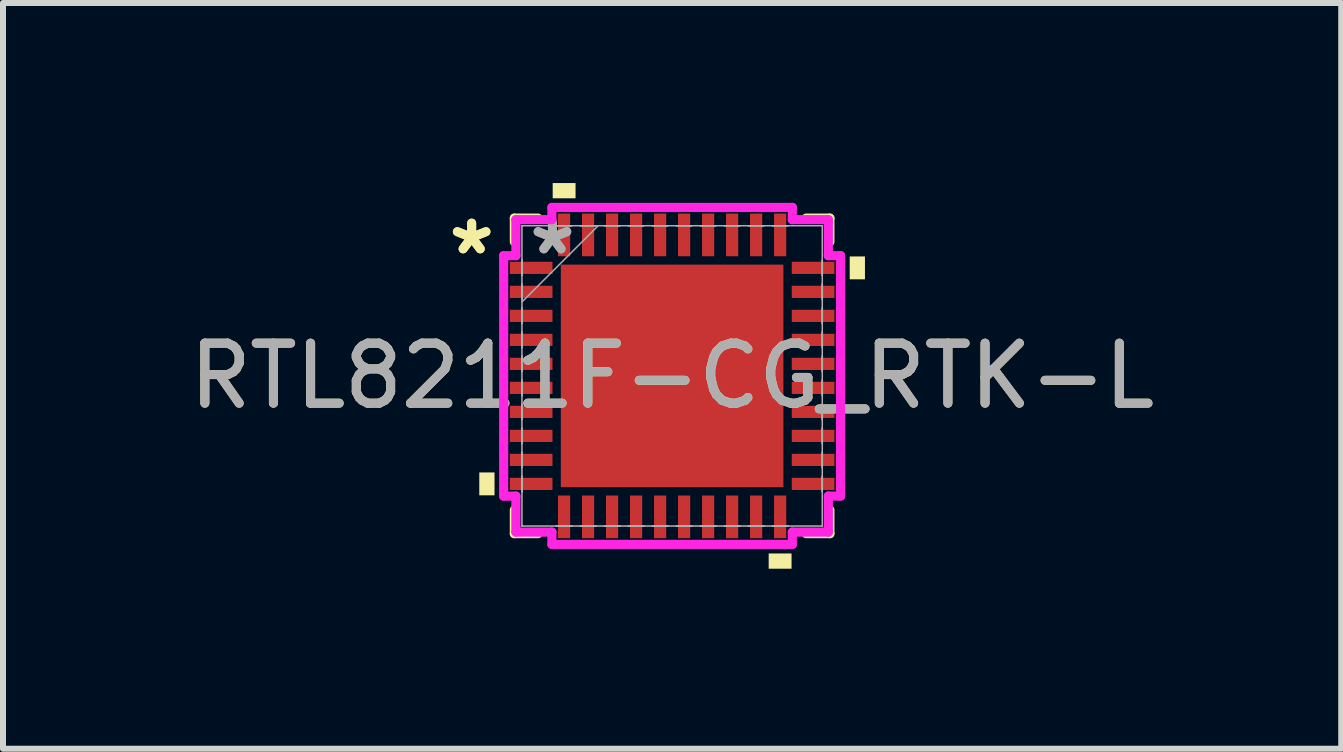
<source format=kicad_pcb>
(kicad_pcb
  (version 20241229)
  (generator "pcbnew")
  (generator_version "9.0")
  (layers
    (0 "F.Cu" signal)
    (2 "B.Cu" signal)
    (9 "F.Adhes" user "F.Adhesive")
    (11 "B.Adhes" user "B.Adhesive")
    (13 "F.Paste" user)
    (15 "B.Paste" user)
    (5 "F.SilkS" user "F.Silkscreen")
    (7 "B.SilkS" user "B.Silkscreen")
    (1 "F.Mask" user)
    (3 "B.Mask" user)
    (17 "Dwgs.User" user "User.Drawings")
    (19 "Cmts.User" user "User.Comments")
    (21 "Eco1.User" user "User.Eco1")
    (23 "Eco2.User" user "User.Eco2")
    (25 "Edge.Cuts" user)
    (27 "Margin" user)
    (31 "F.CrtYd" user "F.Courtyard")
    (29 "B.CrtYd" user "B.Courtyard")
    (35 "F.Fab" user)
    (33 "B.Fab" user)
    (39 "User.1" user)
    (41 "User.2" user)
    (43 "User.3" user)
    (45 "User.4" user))
  (footprint "RTL8211F-CG_RTK-L"
    (layer "F.Cu")
    (at 8.149 3.213)
    (property "Reference" "RTL8211F-CG_RTK-L" (at 0 0 0) (unlocked yes) (layer "F.SilkS") (effects (font (size 1 1) (thickness 0.15))))
    (attr smd)
    (fp_line (start -2.629 -2.629) (end -2.629 -2.234) (stroke (width 0.152) (type solid)) (layer "F.SilkS"))
    (fp_line (start -2.629 2.234) (end -2.629 2.629) (stroke (width 0.152) (type solid)) (layer "F.SilkS"))
    (fp_line (start -2.629 2.629) (end -2.234 2.629) (stroke (width 0.152) (type solid)) (layer "F.SilkS"))
    (fp_line (start -2.234 -2.629) (end -2.629 -2.629) (stroke (width 0.152) (type solid)) (layer "F.SilkS"))
    (fp_line (start 2.234 2.629) (end 2.629 2.629) (stroke (width 0.152) (type solid)) (layer "F.SilkS"))
    (fp_line (start 2.629 -2.629) (end 2.234 -2.629) (stroke (width 0.152) (type solid)) (layer "F.SilkS"))
    (fp_line (start 2.629 -2.234) (end 2.629 -2.629) (stroke (width 0.152) (type solid)) (layer "F.SilkS"))
    (fp_line (start 2.629 2.629) (end 2.629 2.234) (stroke (width 0.152) (type solid)) (layer "F.SilkS"))
    (fp_poly (pts (xy -3.213 1.609) (xy -3.213 1.99) (xy -2.959 1.99) (xy -2.959 1.609)) (stroke (width 0) (type solid)) (fill yes) (layer "F.SilkS"))
    (fp_poly (pts (xy -1.99 -2.959) (xy -1.99 -3.213) (xy -1.609 -3.213) (xy -1.609 -2.959)) (stroke (width 0) (type solid)) (fill yes) (layer "F.SilkS"))
    (fp_poly (pts (xy 1.609 2.959) (xy 1.609 3.213) (xy 1.99 3.213) (xy 1.99 2.959)) (stroke (width 0) (type solid)) (fill yes) (layer "F.SilkS"))
    (fp_poly (pts (xy 3.213 -1.99) (xy 3.213 -1.609) (xy 2.959 -1.609) (xy 2.959 -1.99)) (stroke (width 0) (type solid)) (fill yes) (layer "F.SilkS"))
    (fp_poly (pts (xy -1.754 -1.754) (xy -1.754 -0.1) (xy -0.1 -0.1) (xy -0.1 -1.754)) (stroke (width 0) (type solid)) (fill yes) (layer "F.Paste"))
    (fp_poly (pts (xy -1.754 0.1) (xy -1.754 1.754) (xy -0.1 1.754) (xy -0.1 0.1)) (stroke (width 0) (type solid)) (fill yes) (layer "F.Paste"))
    (fp_poly (pts (xy 0.1 -1.754) (xy 0.1 -0.1) (xy 1.754 -0.1) (xy 1.754 -1.754)) (stroke (width 0) (type solid)) (fill yes) (layer "F.Paste"))
    (fp_poly (pts (xy 0.1 0.1) (xy 0.1 1.754) (xy 1.754 1.754) (xy 1.754 0.1)) (stroke (width 0) (type solid)) (fill yes) (layer "F.Paste"))
    (fp_line (start -2.807 -2.003) (end -2.603 -2.003) (stroke (width 0.152) (type solid)) (layer "F.CrtYd"))
    (fp_line (start -2.807 2.003) (end -2.807 -2.003) (stroke (width 0.152) (type solid)) (layer "F.CrtYd"))
    (fp_line (start -2.603 -2.603) (end -2.003 -2.603) (stroke (width 0.152) (type solid)) (layer "F.CrtYd"))
    (fp_line (start -2.603 -2.003) (end -2.603 -2.603) (stroke (width 0.152) (type solid)) (layer "F.CrtYd"))
    (fp_line (start -2.603 2.003) (end -2.807 2.003) (stroke (width 0.152) (type solid)) (layer "F.CrtYd"))
    (fp_line (start -2.603 2.603) (end -2.603 2.003) (stroke (width 0.152) (type solid)) (layer "F.CrtYd"))
    (fp_line (start -2.003 -2.807) (end 2.003 -2.807) (stroke (width 0.152) (type solid)) (layer "F.CrtYd"))
    (fp_line (start -2.003 -2.603) (end -2.003 -2.807) (stroke (width 0.152) (type solid)) (layer "F.CrtYd"))
    (fp_line (start -2.003 2.603) (end -2.603 2.603) (stroke (width 0.152) (type solid)) (layer "F.CrtYd"))
    (fp_line (start -2.003 2.807) (end -2.003 2.603) (stroke (width 0.152) (type solid)) (layer "F.CrtYd"))
    (fp_line (start 2.003 -2.807) (end 2.003 -2.603) (stroke (width 0.152) (type solid)) (layer "F.CrtYd"))
    (fp_line (start 2.003 -2.603) (end 2.603 -2.603) (stroke (width 0.152) (type solid)) (layer "F.CrtYd"))
    (fp_line (start 2.003 2.603) (end 2.003 2.807) (stroke (width 0.152) (type solid)) (layer "F.CrtYd"))
    (fp_line (start 2.003 2.807) (end -2.003 2.807) (stroke (width 0.152) (type solid)) (layer "F.CrtYd"))
    (fp_line (start 2.603 -2.603) (end 2.603 -2.003) (stroke (width 0.152) (type solid)) (layer "F.CrtYd"))
    (fp_line (start 2.603 -2.003) (end 2.807 -2.003) (stroke (width 0.152) (type solid)) (layer "F.CrtYd"))
    (fp_line (start 2.603 2.003) (end 2.603 2.603) (stroke (width 0.152) (type solid)) (layer "F.CrtYd"))
    (fp_line (start 2.603 2.603) (end 2.003 2.603) (stroke (width 0.152) (type solid)) (layer "F.CrtYd"))
    (fp_line (start 2.807 -2.003) (end 2.807 2.003) (stroke (width 0.152) (type solid)) (layer "F.CrtYd"))
    (fp_line (start 2.807 2.003) (end 2.603 2.003) (stroke (width 0.152) (type solid)) (layer "F.CrtYd"))
    (fp_line (start -2.502 -2.502) (end -2.502 -2.502) (stroke (width 0.025) (type solid)) (layer "F.Fab"))
    (fp_line (start -2.502 -2.502) (end -2.502 2.502) (stroke (width 0.025) (type solid)) (layer "F.Fab"))
    (fp_line (start -2.502 -1.927) (end -2.502 -1.927) (stroke (width 0.025) (type solid)) (layer "F.Fab"))
    (fp_line (start -2.502 -1.927) (end -2.502 -1.673) (stroke (width 0.025) (type solid)) (layer "F.Fab"))
    (fp_line (start -2.502 -1.673) (end -2.502 -1.927) (stroke (width 0.025) (type solid)) (layer "F.Fab"))
    (fp_line (start -2.502 -1.673) (end -2.502 -1.673) (stroke (width 0.025) (type solid)) (layer "F.Fab"))
    (fp_line (start -2.502 -1.527) (end -2.502 -1.527) (stroke (width 0.025) (type solid)) (layer "F.Fab"))
    (fp_line (start -2.502 -1.527) (end -2.502 -1.273) (stroke (width 0.025) (type solid)) (layer "F.Fab"))
    (fp_line (start -2.502 -1.273) (end -2.502 -1.527) (stroke (width 0.025) (type solid)) (layer "F.Fab"))
    (fp_line (start -2.502 -1.273) (end -2.502 -1.273) (stroke (width 0.025) (type solid)) (layer "F.Fab"))
    (fp_line (start -2.502 -1.232) (end -1.232 -2.502) (stroke (width 0.025) (type solid)) (layer "F.Fab"))
    (fp_line (start -2.502 -1.127) (end -2.502 -1.127) (stroke (width 0.025) (type solid)) (layer "F.Fab"))
    (fp_line (start -2.502 -1.127) (end -2.502 -0.873) (stroke (width 0.025) (type solid)) (layer "F.Fab"))
    (fp_line (start -2.502 -0.873) (end -2.502 -1.127) (stroke (width 0.025) (type solid)) (layer "F.Fab"))
    (fp_line (start -2.502 -0.873) (end -2.502 -0.873) (stroke (width 0.025) (type solid)) (layer "F.Fab"))
    (fp_line (start -2.502 -0.727) (end -2.502 -0.727) (stroke (width 0.025) (type solid)) (layer "F.Fab"))
    (fp_line (start -2.502 -0.727) (end -2.502 -0.473) (stroke (width 0.025) (type solid)) (layer "F.Fab"))
    (fp_line (start -2.502 -0.473) (end -2.502 -0.727) (stroke (width 0.025) (type solid)) (layer "F.Fab"))
    (fp_line (start -2.502 -0.473) (end -2.502 -0.473) (stroke (width 0.025) (type solid)) (layer "F.Fab"))
    (fp_line (start -2.502 -0.327) (end -2.502 -0.327) (stroke (width 0.025) (type solid)) (layer "F.Fab"))
    (fp_line (start -2.502 -0.327) (end -2.502 -0.073) (stroke (width 0.025) (type solid)) (layer "F.Fab"))
    (fp_line (start -2.502 -0.073) (end -2.502 -0.327) (stroke (width 0.025) (type solid)) (layer "F.Fab"))
    (fp_line (start -2.502 -0.073) (end -2.502 -0.073) (stroke (width 0.025) (type solid)) (layer "F.Fab"))
    (fp_line (start -2.502 0.073) (end -2.502 0.073) (stroke (width 0.025) (type solid)) (layer "F.Fab"))
    (fp_line (start -2.502 0.073) (end -2.502 0.327) (stroke (width 0.025) (type solid)) (layer "F.Fab"))
    (fp_line (start -2.502 0.327) (end -2.502 0.073) (stroke (width 0.025) (type solid)) (layer "F.Fab"))
    (fp_line (start -2.502 0.327) (end -2.502 0.327) (stroke (width 0.025) (type solid)) (layer "F.Fab"))
    (fp_line (start -2.502 0.473) (end -2.502 0.473) (stroke (width 0.025) (type solid)) (layer "F.Fab"))
    (fp_line (start -2.502 0.473) (end -2.502 0.727) (stroke (width 0.025) (type solid)) (layer "F.Fab"))
    (fp_line (start -2.502 0.727) (end -2.502 0.473) (stroke (width 0.025) (type solid)) (layer "F.Fab"))
    (fp_line (start -2.502 0.727) (end -2.502 0.727) (stroke (width 0.025) (type solid)) (layer "F.Fab"))
    (fp_line (start -2.502 0.873) (end -2.502 0.873) (stroke (width 0.025) (type solid)) (layer "F.Fab"))
    (fp_line (start -2.502 0.873) (end -2.502 1.127) (stroke (width 0.025) (type solid)) (layer "F.Fab"))
    (fp_line (start -2.502 1.127) (end -2.502 0.873) (stroke (width 0.025) (type solid)) (layer "F.Fab"))
    (fp_line (start -2.502 1.127) (end -2.502 1.127) (stroke (width 0.025) (type solid)) (layer "F.Fab"))
    (fp_line (start -2.502 1.273) (end -2.502 1.273) (stroke (width 0.025) (type solid)) (layer "F.Fab"))
    (fp_line (start -2.502 1.273) (end -2.502 1.527) (stroke (width 0.025) (type solid)) (layer "F.Fab"))
    (fp_line (start -2.502 1.527) (end -2.502 1.273) (stroke (width 0.025) (type solid)) (layer "F.Fab"))
    (fp_line (start -2.502 1.527) (end -2.502 1.527) (stroke (width 0.025) (type solid)) (layer "F.Fab"))
    (fp_line (start -2.502 1.673) (end -2.502 1.673) (stroke (width 0.025) (type solid)) (layer "F.Fab"))
    (fp_line (start -2.502 1.673) (end -2.502 1.927) (stroke (width 0.025) (type solid)) (layer "F.Fab"))
    (fp_line (start -2.502 1.927) (end -2.502 1.673) (stroke (width 0.025) (type solid)) (layer "F.Fab"))
    (fp_line (start -2.502 1.927) (end -2.502 1.927) (stroke (width 0.025) (type solid)) (layer "F.Fab"))
    (fp_line (start -2.502 2.502) (end -2.502 2.502) (stroke (width 0.025) (type solid)) (layer "F.Fab"))
    (fp_line (start -2.502 2.502) (end 2.502 2.502) (stroke (width 0.025) (type solid)) (layer "F.Fab"))
    (fp_line (start -1.927 -2.502) (end -1.927 -2.502) (stroke (width 0.025) (type solid)) (layer "F.Fab"))
    (fp_line (start -1.927 -2.502) (end -1.673 -2.502) (stroke (width 0.025) (type solid)) (layer "F.Fab"))
    (fp_line (start -1.927 2.502) (end -1.927 2.502) (stroke (width 0.025) (type solid)) (layer "F.Fab"))
    (fp_line (start -1.927 2.502) (end -1.673 2.502) (stroke (width 0.025) (type solid)) (layer "F.Fab"))
    (fp_line (start -1.673 -2.502) (end -1.927 -2.502) (stroke (width 0.025) (type solid)) (layer "F.Fab"))
    (fp_line (start -1.673 -2.502) (end -1.673 -2.502) (stroke (width 0.025) (type solid)) (layer "F.Fab"))
    (fp_line (start -1.673 2.502) (end -1.927 2.502) (stroke (width 0.025) (type solid)) (layer "F.Fab"))
    (fp_line (start -1.673 2.502) (end -1.673 2.502) (stroke (width 0.025) (type solid)) (layer "F.Fab"))
    (fp_line (start -1.527 -2.502) (end -1.527 -2.502) (stroke (width 0.025) (type solid)) (layer "F.Fab"))
    (fp_line (start -1.527 -2.502) (end -1.273 -2.502) (stroke (width 0.025) (type solid)) (layer "F.Fab"))
    (fp_line (start -1.527 2.502) (end -1.527 2.502) (stroke (width 0.025) (type solid)) (layer "F.Fab"))
    (fp_line (start -1.527 2.502) (end -1.273 2.502) (stroke (width 0.025) (type solid)) (layer "F.Fab"))
    (fp_line (start -1.273 -2.502) (end -1.527 -2.502) (stroke (width 0.025) (type solid)) (layer "F.Fab"))
    (fp_line (start -1.273 -2.502) (end -1.273 -2.502) (stroke (width 0.025) (type solid)) (layer "F.Fab"))
    (fp_line (start -1.273 2.502) (end -1.527 2.502) (stroke (width 0.025) (type solid)) (layer "F.Fab"))
    (fp_line (start -1.273 2.502) (end -1.273 2.502) (stroke (width 0.025) (type solid)) (layer "F.Fab"))
    (fp_line (start -1.127 -2.502) (end -1.127 -2.502) (stroke (width 0.025) (type solid)) (layer "F.Fab"))
    (fp_line (start -1.127 -2.502) (end -0.873 -2.502) (stroke (width 0.025) (type solid)) (layer "F.Fab"))
    (fp_line (start -1.127 2.502) (end -1.127 2.502) (stroke (width 0.025) (type solid)) (layer "F.Fab"))
    (fp_line (start -1.127 2.502) (end -0.873 2.502) (stroke (width 0.025) (type solid)) (layer "F.Fab"))
    (fp_line (start -0.873 -2.502) (end -1.127 -2.502) (stroke (width 0.025) (type solid)) (layer "F.Fab"))
    (fp_line (start -0.873 -2.502) (end -0.873 -2.502) (stroke (width 0.025) (type solid)) (layer "F.Fab"))
    (fp_line (start -0.873 2.502) (end -1.127 2.502) (stroke (width 0.025) (type solid)) (layer "F.Fab"))
    (fp_line (start -0.873 2.502) (end -0.873 2.502) (stroke (width 0.025) (type solid)) (layer "F.Fab"))
    (fp_line (start -0.727 -2.502) (end -0.727 -2.502) (stroke (width 0.025) (type solid)) (layer "F.Fab"))
    (fp_line (start -0.727 -2.502) (end -0.473 -2.502) (stroke (width 0.025) (type solid)) (layer "F.Fab"))
    (fp_line (start -0.727 2.502) (end -0.727 2.502) (stroke (width 0.025) (type solid)) (layer "F.Fab"))
    (fp_line (start -0.727 2.502) (end -0.473 2.502) (stroke (width 0.025) (type solid)) (layer "F.Fab"))
    (fp_line (start -0.473 -2.502) (end -0.727 -2.502) (stroke (width 0.025) (type solid)) (layer "F.Fab"))
    (fp_line (start -0.473 -2.502) (end -0.473 -2.502) (stroke (width 0.025) (type solid)) (layer "F.Fab"))
    (fp_line (start -0.473 2.502) (end -0.727 2.502) (stroke (width 0.025) (type solid)) (layer "F.Fab"))
    (fp_line (start -0.473 2.502) (end -0.473 2.502) (stroke (width 0.025) (type solid)) (layer "F.Fab"))
    (fp_line (start -0.327 -2.502) (end -0.327 -2.502) (stroke (width 0.025) (type solid)) (layer "F.Fab"))
    (fp_line (start -0.327 -2.502) (end -0.073 -2.502) (stroke (width 0.025) (type solid)) (layer "F.Fab"))
    (fp_line (start -0.327 2.502) (end -0.327 2.502) (stroke (width 0.025) (type solid)) (layer "F.Fab"))
    (fp_line (start -0.327 2.502) (end -0.073 2.502) (stroke (width 0.025) (type solid)) (layer "F.Fab"))
    (fp_line (start -0.073 -2.502) (end -0.327 -2.502) (stroke (width 0.025) (type solid)) (layer "F.Fab"))
    (fp_line (start -0.073 -2.502) (end -0.073 -2.502) (stroke (width 0.025) (type solid)) (layer "F.Fab"))
    (fp_line (start -0.073 2.502) (end -0.327 2.502) (stroke (width 0.025) (type solid)) (layer "F.Fab"))
    (fp_line (start -0.073 2.502) (end -0.073 2.502) (stroke (width 0.025) (type solid)) (layer "F.Fab"))
    (fp_line (start 0.073 -2.502) (end 0.073 -2.502) (stroke (width 0.025) (type solid)) (layer "F.Fab"))
    (fp_line (start 0.073 -2.502) (end 0.327 -2.502) (stroke (width 0.025) (type solid)) (layer "F.Fab"))
    (fp_line (start 0.073 2.502) (end 0.073 2.502) (stroke (width 0.025) (type solid)) (layer "F.Fab"))
    (fp_line (start 0.073 2.502) (end 0.327 2.502) (stroke (width 0.025) (type solid)) (layer "F.Fab"))
    (fp_line (start 0.327 -2.502) (end 0.073 -2.502) (stroke (width 0.025) (type solid)) (layer "F.Fab"))
    (fp_line (start 0.327 -2.502) (end 0.327 -2.502) (stroke (width 0.025) (type solid)) (layer "F.Fab"))
    (fp_line (start 0.327 2.502) (end 0.073 2.502) (stroke (width 0.025) (type solid)) (layer "F.Fab"))
    (fp_line (start 0.327 2.502) (end 0.327 2.502) (stroke (width 0.025) (type solid)) (layer "F.Fab"))
    (fp_line (start 0.473 -2.502) (end 0.473 -2.502) (stroke (width 0.025) (type solid)) (layer "F.Fab"))
    (fp_line (start 0.473 -2.502) (end 0.727 -2.502) (stroke (width 0.025) (type solid)) (layer "F.Fab"))
    (fp_line (start 0.473 2.502) (end 0.473 2.502) (stroke (width 0.025) (type solid)) (layer "F.Fab"))
    (fp_line (start 0.473 2.502) (end 0.727 2.502) (stroke (width 0.025) (type solid)) (layer "F.Fab"))
    (fp_line (start 0.727 -2.502) (end 0.473 -2.502) (stroke (width 0.025) (type solid)) (layer "F.Fab"))
    (fp_line (start 0.727 -2.502) (end 0.727 -2.502) (stroke (width 0.025) (type solid)) (layer "F.Fab"))
    (fp_line (start 0.727 2.502) (end 0.473 2.502) (stroke (width 0.025) (type solid)) (layer "F.Fab"))
    (fp_line (start 0.727 2.502) (end 0.727 2.502) (stroke (width 0.025) (type solid)) (layer "F.Fab"))
    (fp_line (start 0.873 -2.502) (end 0.873 -2.502) (stroke (width 0.025) (type solid)) (layer "F.Fab"))
    (fp_line (start 0.873 -2.502) (end 1.127 -2.502) (stroke (width 0.025) (type solid)) (layer "F.Fab"))
    (fp_line (start 0.873 2.502) (end 0.873 2.502) (stroke (width 0.025) (type solid)) (layer "F.Fab"))
    (fp_line (start 0.873 2.502) (end 1.127 2.502) (stroke (width 0.025) (type solid)) (layer "F.Fab"))
    (fp_line (start 1.127 -2.502) (end 0.873 -2.502) (stroke (width 0.025) (type solid)) (layer "F.Fab"))
    (fp_line (start 1.127 -2.502) (end 1.127 -2.502) (stroke (width 0.025) (type solid)) (layer "F.Fab"))
    (fp_line (start 1.127 2.502) (end 0.873 2.502) (stroke (width 0.025) (type solid)) (layer "F.Fab"))
    (fp_line (start 1.127 2.502) (end 1.127 2.502) (stroke (width 0.025) (type solid)) (layer "F.Fab"))
    (fp_line (start 1.273 -2.502) (end 1.273 -2.502) (stroke (width 0.025) (type solid)) (layer "F.Fab"))
    (fp_line (start 1.273 -2.502) (end 1.527 -2.502) (stroke (width 0.025) (type solid)) (layer "F.Fab"))
    (fp_line (start 1.273 2.502) (end 1.273 2.502) (stroke (width 0.025) (type solid)) (layer "F.Fab"))
    (fp_line (start 1.273 2.502) (end 1.527 2.502) (stroke (width 0.025) (type solid)) (layer "F.Fab"))
    (fp_line (start 1.527 -2.502) (end 1.273 -2.502) (stroke (width 0.025) (type solid)) (layer "F.Fab"))
    (fp_line (start 1.527 -2.502) (end 1.527 -2.502) (stroke (width 0.025) (type solid)) (layer "F.Fab"))
    (fp_line (start 1.527 2.502) (end 1.273 2.502) (stroke (width 0.025) (type solid)) (layer "F.Fab"))
    (fp_line (start 1.527 2.502) (end 1.527 2.502) (stroke (width 0.025) (type solid)) (layer "F.Fab"))
    (fp_line (start 1.673 -2.502) (end 1.673 -2.502) (stroke (width 0.025) (type solid)) (layer "F.Fab"))
    (fp_line (start 1.673 -2.502) (end 1.927 -2.502) (stroke (width 0.025) (type solid)) (layer "F.Fab"))
    (fp_line (start 1.673 2.502) (end 1.673 2.502) (stroke (width 0.025) (type solid)) (layer "F.Fab"))
    (fp_line (start 1.673 2.502) (end 1.927 2.502) (stroke (width 0.025) (type solid)) (layer "F.Fab"))
    (fp_line (start 1.927 -2.502) (end 1.673 -2.502) (stroke (width 0.025) (type solid)) (layer "F.Fab"))
    (fp_line (start 1.927 -2.502) (end 1.927 -2.502) (stroke (width 0.025) (type solid)) (layer "F.Fab"))
    (fp_line (start 1.927 2.502) (end 1.673 2.502) (stroke (width 0.025) (type solid)) (layer "F.Fab"))
    (fp_line (start 1.927 2.502) (end 1.927 2.502) (stroke (width 0.025) (type solid)) (layer "F.Fab"))
    (fp_line (start 2.502 -2.502) (end -2.502 -2.502) (stroke (width 0.025) (type solid)) (layer "F.Fab"))
    (fp_line (start 2.502 -2.502) (end 2.502 -2.502) (stroke (width 0.025) (type solid)) (layer "F.Fab"))
    (fp_line (start 2.502 -1.927) (end 2.502 -1.927) (stroke (width 0.025) (type solid)) (layer "F.Fab"))
    (fp_line (start 2.502 -1.927) (end 2.502 -1.673) (stroke (width 0.025) (type solid)) (layer "F.Fab"))
    (fp_line (start 2.502 -1.673) (end 2.502 -1.927) (stroke (width 0.025) (type solid)) (layer "F.Fab"))
    (fp_line (start 2.502 -1.673) (end 2.502 -1.673) (stroke (width 0.025) (type solid)) (layer "F.Fab"))
    (fp_line (start 2.502 -1.527) (end 2.502 -1.527) (stroke (width 0.025) (type solid)) (layer "F.Fab"))
    (fp_line (start 2.502 -1.527) (end 2.502 -1.273) (stroke (width 0.025) (type solid)) (layer "F.Fab"))
    (fp_line (start 2.502 -1.273) (end 2.502 -1.527) (stroke (width 0.025) (type solid)) (layer "F.Fab"))
    (fp_line (start 2.502 -1.273) (end 2.502 -1.273) (stroke (width 0.025) (type solid)) (layer "F.Fab"))
    (fp_line (start 2.502 -1.127) (end 2.502 -1.127) (stroke (width 0.025) (type solid)) (layer "F.Fab"))
    (fp_line (start 2.502 -1.127) (end 2.502 -0.873) (stroke (width 0.025) (type solid)) (layer "F.Fab"))
    (fp_line (start 2.502 -0.873) (end 2.502 -1.127) (stroke (width 0.025) (type solid)) (layer "F.Fab"))
    (fp_line (start 2.502 -0.873) (end 2.502 -0.873) (stroke (width 0.025) (type solid)) (layer "F.Fab"))
    (fp_line (start 2.502 -0.727) (end 2.502 -0.727) (stroke (width 0.025) (type solid)) (layer "F.Fab"))
    (fp_line (start 2.502 -0.727) (end 2.502 -0.473) (stroke (width 0.025) (type solid)) (layer "F.Fab"))
    (fp_line (start 2.502 -0.473) (end 2.502 -0.727) (stroke (width 0.025) (type solid)) (layer "F.Fab"))
    (fp_line (start 2.502 -0.473) (end 2.502 -0.473) (stroke (width 0.025) (type solid)) (layer "F.Fab"))
    (fp_line (start 2.502 -0.327) (end 2.502 -0.327) (stroke (width 0.025) (type solid)) (layer "F.Fab"))
    (fp_line (start 2.502 -0.327) (end 2.502 -0.073) (stroke (width 0.025) (type solid)) (layer "F.Fab"))
    (fp_line (start 2.502 -0.073) (end 2.502 -0.327) (stroke (width 0.025) (type solid)) (layer "F.Fab"))
    (fp_line (start 2.502 -0.073) (end 2.502 -0.073) (stroke (width 0.025) (type solid)) (layer "F.Fab"))
    (fp_line (start 2.502 0.073) (end 2.502 0.073) (stroke (width 0.025) (type solid)) (layer "F.Fab"))
    (fp_line (start 2.502 0.073) (end 2.502 0.327) (stroke (width 0.025) (type solid)) (layer "F.Fab"))
    (fp_line (start 2.502 0.327) (end 2.502 0.073) (stroke (width 0.025) (type solid)) (layer "F.Fab"))
    (fp_line (start 2.502 0.327) (end 2.502 0.327) (stroke (width 0.025) (type solid)) (layer "F.Fab"))
    (fp_line (start 2.502 0.473) (end 2.502 0.473) (stroke (width 0.025) (type solid)) (layer "F.Fab"))
    (fp_line (start 2.502 0.473) (end 2.502 0.727) (stroke (width 0.025) (type solid)) (layer "F.Fab"))
    (fp_line (start 2.502 0.727) (end 2.502 0.473) (stroke (width 0.025) (type solid)) (layer "F.Fab"))
    (fp_line (start 2.502 0.727) (end 2.502 0.727) (stroke (width 0.025) (type solid)) (layer "F.Fab"))
    (fp_line (start 2.502 0.873) (end 2.502 0.873) (stroke (width 0.025) (type solid)) (layer "F.Fab"))
    (fp_line (start 2.502 0.873) (end 2.502 1.127) (stroke (width 0.025) (type solid)) (layer "F.Fab"))
    (fp_line (start 2.502 1.127) (end 2.502 0.873) (stroke (width 0.025) (type solid)) (layer "F.Fab"))
    (fp_line (start 2.502 1.127) (end 2.502 1.127) (stroke (width 0.025) (type solid)) (layer "F.Fab"))
    (fp_line (start 2.502 1.273) (end 2.502 1.273) (stroke (width 0.025) (type solid)) (layer "F.Fab"))
    (fp_line (start 2.502 1.273) (end 2.502 1.527) (stroke (width 0.025) (type solid)) (layer "F.Fab"))
    (fp_line (start 2.502 1.527) (end 2.502 1.273) (stroke (width 0.025) (type solid)) (layer "F.Fab"))
    (fp_line (start 2.502 1.527) (end 2.502 1.527) (stroke (width 0.025) (type solid)) (layer "F.Fab"))
    (fp_line (start 2.502 1.673) (end 2.502 1.673) (stroke (width 0.025) (type solid)) (layer "F.Fab"))
    (fp_line (start 2.502 1.673) (end 2.502 1.927) (stroke (width 0.025) (type solid)) (layer "F.Fab"))
    (fp_line (start 2.502 1.927) (end 2.502 1.673) (stroke (width 0.025) (type solid)) (layer "F.Fab"))
    (fp_line (start 2.502 1.927) (end 2.502 1.927) (stroke (width 0.025) (type solid)) (layer "F.Fab"))
    (fp_line (start 2.502 2.502) (end 2.502 -2.502) (stroke (width 0.025) (type solid)) (layer "F.Fab"))
    (fp_line (start 2.502 2.502) (end 2.502 2.502) (stroke (width 0.025) (type solid)) (layer "F.Fab"))
    (fp_text user "*" (at -3.34 -2 0) (unlocked yes) (layer "F.SilkS") (effects (font (size 1 1) (thickness 0.15))))
    (fp_text user "*" (at -3.34 -2 0) (layer "F.SilkS") (effects (font (size 1 1) (thickness 0.15))))
    (fp_text user "${REFERENCE}" (at 0 0 0) (unlocked yes) (layer "F.Fab") (effects (font (size 1 1) (thickness 0.15))))
    (fp_text user "*" (at -1.994 -2 0) (unlocked yes) (layer "F.Fab") (effects (font (size 1 1) (thickness 0.15))))
    (fp_text user "*" (at -1.994 -2 0) (layer "F.Fab") (effects (font (size 1 1) (thickness 0.15))))
    (pad "1" smd rect (at -2.349 -1.8 90) (size 0.203 0.711) (layers "F.Cu" "F.Mask" "F.Paste"))
    (pad "2" smd rect (at -2.349 -1.4 90) (size 0.203 0.711) (layers "F.Cu" "F.Mask" "F.Paste"))
    (pad "3" smd rect (at -2.349 -1 90) (size 0.203 0.711) (layers "F.Cu" "F.Mask" "F.Paste"))
    (pad "4" smd rect (at -2.349 -0.6 90) (size 0.203 0.711) (layers "F.Cu" "F.Mask" "F.Paste"))
    (pad "5" smd rect (at -2.349 -0.2 90) (size 0.203 0.711) (layers "F.Cu" "F.Mask" "F.Paste"))
    (pad "6" smd rect (at -2.349 0.2 90) (size 0.203 0.711) (layers "F.Cu" "F.Mask" "F.Paste"))
    (pad "7" smd rect (at -2.349 0.6 90) (size 0.203 0.711) (layers "F.Cu" "F.Mask" "F.Paste"))
    (pad "8" smd rect (at -2.349 1 90) (size 0.203 0.711) (layers "F.Cu" "F.Mask" "F.Paste"))
    (pad "9" smd rect (at -2.349 1.4 90) (size 0.203 0.711) (layers "F.Cu" "F.Mask" "F.Paste"))
    (pad "10" smd rect (at -2.349 1.8 90) (size 0.203 0.711) (layers "F.Cu" "F.Mask" "F.Paste"))
    (pad "11" smd rect (at -1.8 2.349) (size 0.203 0.711) (layers "F.Cu" "F.Mask" "F.Paste"))
    (pad "12" smd rect (at -1.4 2.349) (size 0.203 0.711) (layers "F.Cu" "F.Mask" "F.Paste"))
    (pad "13" smd rect (at -1 2.349) (size 0.203 0.711) (layers "F.Cu" "F.Mask" "F.Paste"))
    (pad "14" smd rect (at -0.6 2.349) (size 0.203 0.711) (layers "F.Cu" "F.Mask" "F.Paste"))
    (pad "15" smd rect (at -0.2 2.349) (size 0.203 0.711) (layers "F.Cu" "F.Mask" "F.Paste"))
    (pad "16" smd rect (at 0.2 2.349) (size 0.203 0.711) (layers "F.Cu" "F.Mask" "F.Paste"))
    (pad "17" smd rect (at 0.6 2.349) (size 0.203 0.711) (layers "F.Cu" "F.Mask" "F.Paste"))
    (pad "18" smd rect (at 1 2.349) (size 0.203 0.711) (layers "F.Cu" "F.Mask" "F.Paste"))
    (pad "19" smd rect (at 1.4 2.349) (size 0.203 0.711) (layers "F.Cu" "F.Mask" "F.Paste"))
    (pad "20" smd rect (at 1.8 2.349) (size 0.203 0.711) (layers "F.Cu" "F.Mask" "F.Paste"))
    (pad "21" smd rect (at 2.349 1.8 90) (size 0.203 0.711) (layers "F.Cu" "F.Mask" "F.Paste"))
    (pad "22" smd rect (at 2.349 1.4 90) (size 0.203 0.711) (layers "F.Cu" "F.Mask" "F.Paste"))
    (pad "23" smd rect (at 2.349 1 90) (size 0.203 0.711) (layers "F.Cu" "F.Mask" "F.Paste"))
    (pad "24" smd rect (at 2.349 0.6 90) (size 0.203 0.711) (layers "F.Cu" "F.Mask" "F.Paste"))
    (pad "25" smd rect (at 2.349 0.2 90) (size 0.203 0.711) (layers "F.Cu" "F.Mask" "F.Paste"))
    (pad "26" smd rect (at 2.349 -0.2 90) (size 0.203 0.711) (layers "F.Cu" "F.Mask" "F.Paste"))
    (pad "27" smd rect (at 2.349 -0.6 90) (size 0.203 0.711) (layers "F.Cu" "F.Mask" "F.Paste"))
    (pad "28" smd rect (at 2.349 -1 90) (size 0.203 0.711) (layers "F.Cu" "F.Mask" "F.Paste"))
    (pad "29" smd rect (at 2.349 -1.4 90) (size 0.203 0.711) (layers "F.Cu" "F.Mask" "F.Paste"))
    (pad "30" smd rect (at 2.349 -1.8 90) (size 0.203 0.711) (layers "F.Cu" "F.Mask" "F.Paste"))
    (pad "31" smd rect (at 1.8 -2.349) (size 0.203 0.711) (layers "F.Cu" "F.Mask" "F.Paste"))
    (pad "32" smd rect (at 1.4 -2.349) (size 0.203 0.711) (layers "F.Cu" "F.Mask" "F.Paste"))
    (pad "33" smd rect (at 1 -2.349) (size 0.203 0.711) (layers "F.Cu" "F.Mask" "F.Paste"))
    (pad "34" smd rect (at 0.6 -2.349) (size 0.203 0.711) (layers "F.Cu" "F.Mask" "F.Paste"))
    (pad "35" smd rect (at 0.2 -2.349) (size 0.203 0.711) (layers "F.Cu" "F.Mask" "F.Paste"))
    (pad "36" smd rect (at -0.2 -2.349) (size 0.203 0.711) (layers "F.Cu" "F.Mask" "F.Paste"))
    (pad "37" smd rect (at -0.6 -2.349) (size 0.203 0.711) (layers "F.Cu" "F.Mask" "F.Paste"))
    (pad "38" smd rect (at -1 -2.349) (size 0.203 0.711) (layers "F.Cu" "F.Mask" "F.Paste"))
    (pad "39" smd rect (at -1.4 -2.349) (size 0.203 0.711) (layers "F.Cu" "F.Mask" "F.Paste"))
    (pad "40" smd rect (at -1.8 -2.349) (size 0.203 0.711) (layers "F.Cu" "F.Mask" "F.Paste"))
    (pad "41" smd rect (at 0 0) (size 3.708 3.708) (layers "F.Cu" "F.Mask")))
  (gr_rect
    (start -3 -3)
    (end 19.298 9.426)
    (stroke (width 0.1) (type default))
    (fill no)
    (layer "Edge.Cuts")))
</source>
